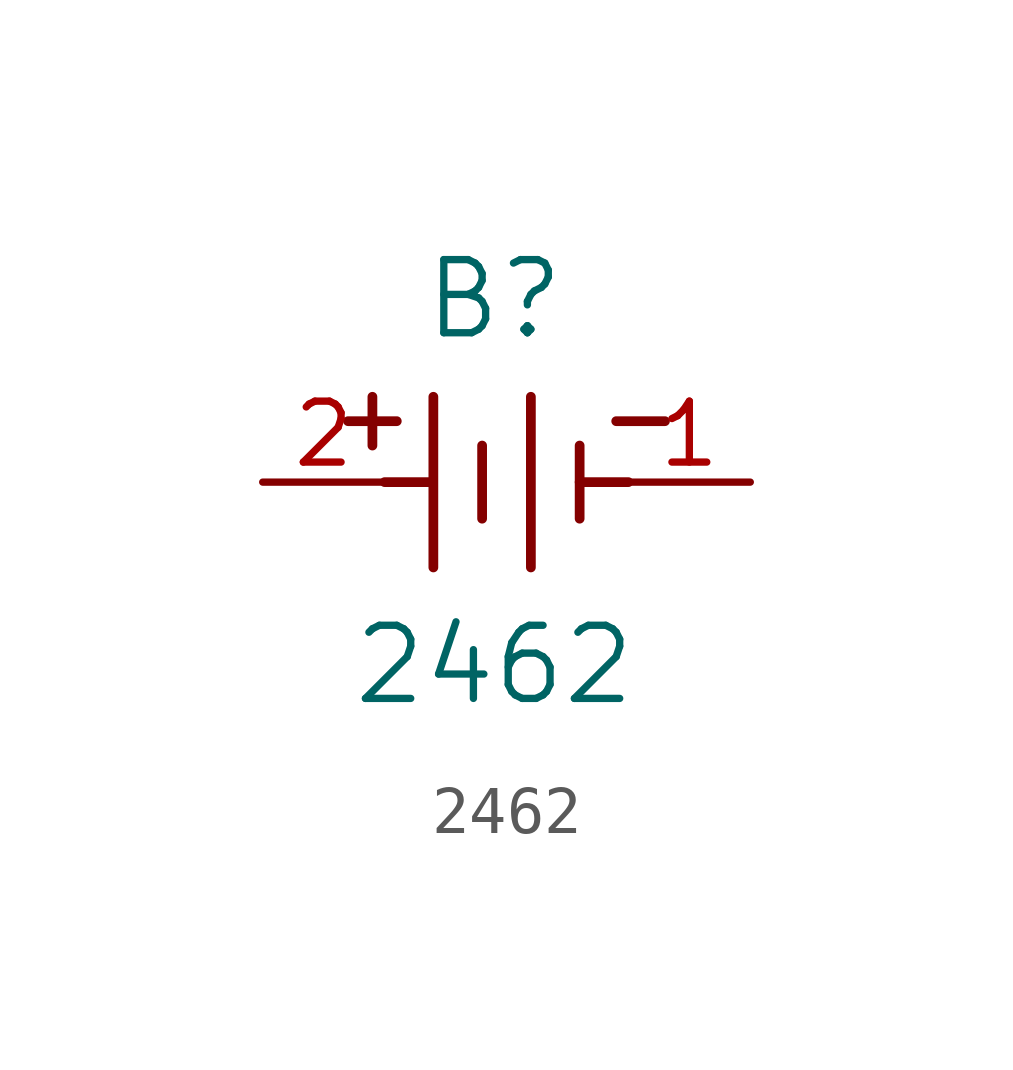
<source format=kicad_sym>
(kicad_symbol_lib
  (version 20211014)
  (generator kicad_symbol_editor)
  (symbol "2462"
    (pin_names
      (offset 0.254))
    (property "Reference" "B"
      (at 4.826 3.81 0)
      (effects (font (size 1.524 1.524))))
    (property "Value" "2462"
      (at 4.826 -3.81 0)
      (effects (font (size 1.524 1.524))))
    (symbol "2462_0_1"
      (polyline (pts (xy 2.286 0.762) (xy 2.286 1.778)) (stroke (width 0.203) (type default) (color 0 0 0 0)) (fill (type none)))
      (polyline (pts (xy 6.604 0) (xy 7.62 0)) (stroke (width 0.203) (type default) (color 0 0 0 0)) (fill (type none)))
      (polyline (pts (xy 3.556 -1.778) (xy 3.556 1.778)) (stroke (width 0.203) (type default) (color 0 0 0 0)) (fill (type none)))
      (polyline (pts (xy 1.778 1.27) (xy 2.794 1.27)) (stroke (width 0.203) (type default) (color 0 0 0 0)) (fill (type none)))
      (polyline (pts (xy 2.54 0) (xy 3.48 0)) (stroke (width 0.203) (type default) (color 0 0 0 0)) (fill (type none)))
      (polyline (pts (xy 5.588 -1.778) (xy 5.588 1.778)) (stroke (width 0.203) (type default) (color 0 0 0 0)) (fill (type none)))
      (polyline (pts (xy 6.604 0.762) (xy 6.604 -0.762)) (stroke (width 0.203) (type default) (color 0 0 0 0)) (fill (type none)))
      (polyline (pts (xy 4.572 0.762) (xy 4.572 -0.762)) (stroke (width 0.203) (type default) (color 0 0 0 0)) (fill (type none)))
      (polyline (pts (xy 7.366 1.27) (xy 8.382 1.27)) (stroke (width 0.203) (type default) (color 0 0 0 0)) (fill (type none)))
      (pin unspecified line (at 10.16 0 180) (length 2.54) (name "" (effects (font (size 1.27 1.27)))) (number "1" (effects (font (size 1.27 1.27)))))
      (pin unspecified line (at 0 0 0) (length 2.54) (name "" (effects (font (size 1.27 1.27)))) (number "2" (effects (font (size 1.27 1.27))))))))
</source>
